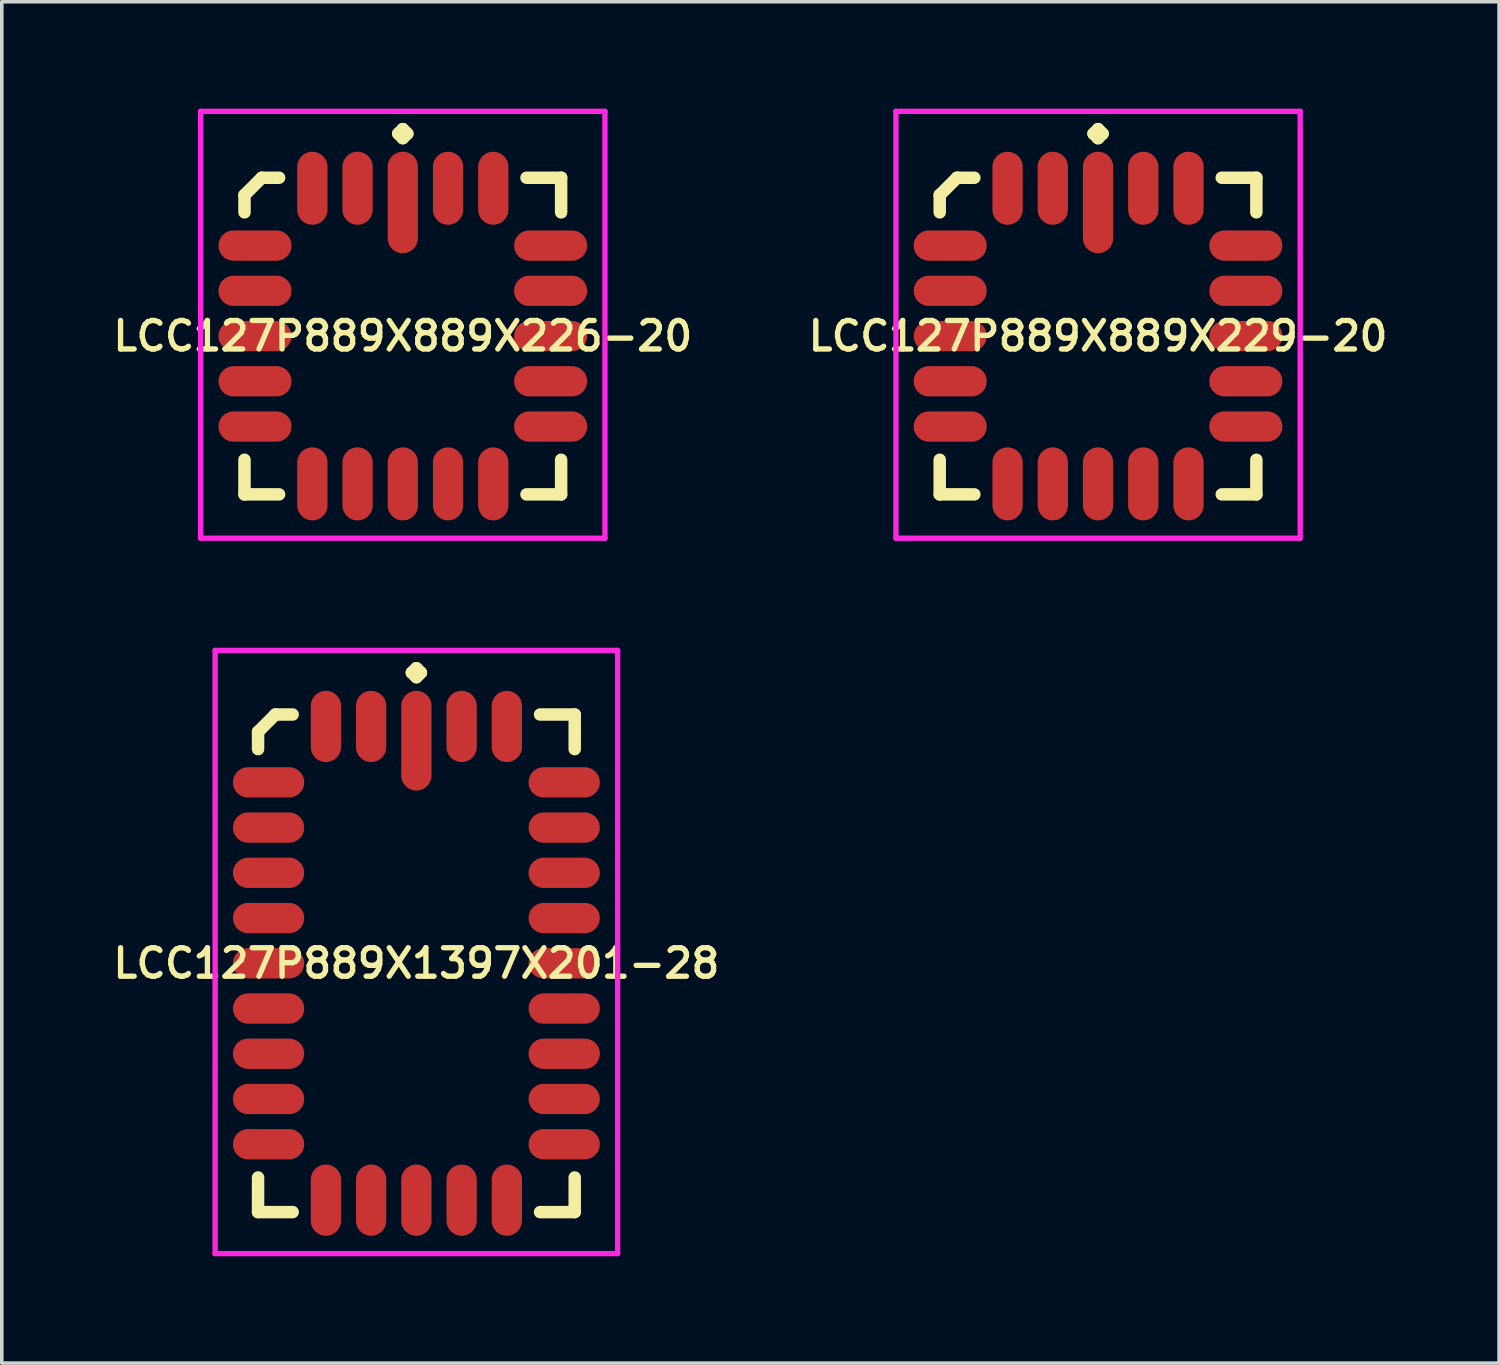
<source format=kicad_pcb>
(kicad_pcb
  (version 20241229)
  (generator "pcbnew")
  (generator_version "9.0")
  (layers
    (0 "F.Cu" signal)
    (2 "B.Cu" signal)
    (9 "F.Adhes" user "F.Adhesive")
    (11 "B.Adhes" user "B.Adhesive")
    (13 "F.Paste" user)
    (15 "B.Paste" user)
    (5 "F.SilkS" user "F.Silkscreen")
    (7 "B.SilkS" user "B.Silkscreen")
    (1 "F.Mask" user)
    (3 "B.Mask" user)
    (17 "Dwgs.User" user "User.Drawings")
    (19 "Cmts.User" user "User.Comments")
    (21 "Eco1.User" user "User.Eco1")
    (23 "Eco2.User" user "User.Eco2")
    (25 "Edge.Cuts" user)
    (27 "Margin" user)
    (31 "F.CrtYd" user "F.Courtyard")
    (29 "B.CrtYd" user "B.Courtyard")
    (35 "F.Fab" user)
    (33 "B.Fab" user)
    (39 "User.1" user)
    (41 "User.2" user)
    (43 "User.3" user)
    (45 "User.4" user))
  (footprint "LCC127P889X889X229-20"
    (layer "F.Cu")
    (at 27.778 6.385)
    (property "Reference" "LCC127P889X889X229-20" (at 0 0 0) (layer "F.SilkS") (effects (font (size 0.8 0.8) (thickness 0.15))))
    (attr smd)
    (fp_line (start -4.445 -3.959) (end -3.959 -4.445) (stroke (width 0.35) (type solid)) (layer "F.SilkS"))
    (fp_line (start -4.445 -3.473) (end -4.445 -3.959) (stroke (width 0.35) (type solid)) (layer "F.SilkS"))
    (fp_line (start -4.445 3.473) (end -4.445 4.445) (stroke (width 0.35) (type solid)) (layer "F.SilkS"))
    (fp_line (start -4.445 4.445) (end -3.473 4.445) (stroke (width 0.35) (type solid)) (layer "F.SilkS"))
    (fp_line (start -3.959 -4.445) (end -3.473 -4.445) (stroke (width 0.35) (type solid)) (layer "F.SilkS"))
    (fp_line (start -0.127 -5.683) (end 0 -5.81) (stroke (width 0.35) (type solid)) (layer "F.SilkS"))
    (fp_line (start 0 -5.81) (end 0.127 -5.683) (stroke (width 0.35) (type solid)) (layer "F.SilkS"))
    (fp_line (start 0 -5.556) (end -0.127 -5.683) (stroke (width 0.35) (type solid)) (layer "F.SilkS"))
    (fp_line (start 0.127 -5.683) (end 0 -5.556) (stroke (width 0.35) (type solid)) (layer "F.SilkS"))
    (fp_line (start 4.445 -4.445) (end 3.473 -4.445) (stroke (width 0.35) (type solid)) (layer "F.SilkS"))
    (fp_line (start 4.445 -3.473) (end 4.445 -4.445) (stroke (width 0.35) (type solid)) (layer "F.SilkS"))
    (fp_line (start 4.445 3.473) (end 4.445 4.445) (stroke (width 0.35) (type solid)) (layer "F.SilkS"))
    (fp_line (start 4.445 4.445) (end 3.473 4.445) (stroke (width 0.35) (type solid)) (layer "F.SilkS"))
    (fp_line (start -5.675 -6.31) (end 5.675 -6.31) (stroke (width 0.15) (type solid)) (layer "F.CrtYd"))
    (fp_line (start -5.675 5.675) (end -5.675 -6.31) (stroke (width 0.15) (type solid)) (layer "F.CrtYd"))
    (fp_line (start 5.675 -6.31) (end 5.675 5.675) (stroke (width 0.15) (type solid)) (layer "F.CrtYd"))
    (fp_line (start 5.675 5.675) (end -5.675 5.675) (stroke (width 0.15) (type solid)) (layer "F.CrtYd"))
    (pad "1" smd oval (at 0 -3.75) (size 0.85 2.85) (layers "F.Cu" "F.Mask" "F.Paste"))
    (pad "2" smd oval (at -1.27 -4.15) (size 0.85 2.05) (layers "F.Cu" "F.Mask" "F.Paste"))
    (pad "3" smd oval (at -2.54 -4.15) (size 0.85 2.05) (layers "F.Cu" "F.Mask" "F.Paste"))
    (pad "4" smd oval (at -4.15 -2.54) (size 2.05 0.85) (layers "F.Cu" "F.Mask" "F.Paste"))
    (pad "5" smd oval (at -4.15 -1.27) (size 2.05 0.85) (layers "F.Cu" "F.Mask" "F.Paste"))
    (pad "6" smd oval (at -4.15 0) (size 2.05 0.85) (layers "F.Cu" "F.Mask" "F.Paste"))
    (pad "7" smd oval (at -4.15 1.27) (size 2.05 0.85) (layers "F.Cu" "F.Mask" "F.Paste"))
    (pad "8" smd oval (at -4.15 2.54) (size 2.05 0.85) (layers "F.Cu" "F.Mask" "F.Paste"))
    (pad "9" smd oval (at -2.54 4.15) (size 0.85 2.05) (layers "F.Cu" "F.Mask" "F.Paste"))
    (pad "10" smd oval (at -1.27 4.15) (size 0.85 2.05) (layers "F.Cu" "F.Mask" "F.Paste"))
    (pad "11" smd oval (at 0 4.15) (size 0.85 2.05) (layers "F.Cu" "F.Mask" "F.Paste"))
    (pad "12" smd oval (at 1.27 4.15) (size 0.85 2.05) (layers "F.Cu" "F.Mask" "F.Paste"))
    (pad "13" smd oval (at 2.54 4.15) (size 0.85 2.05) (layers "F.Cu" "F.Mask" "F.Paste"))
    (pad "14" smd oval (at 4.15 2.54) (size 2.05 0.85) (layers "F.Cu" "F.Mask" "F.Paste"))
    (pad "15" smd oval (at 4.15 1.27) (size 2.05 0.85) (layers "F.Cu" "F.Mask" "F.Paste"))
    (pad "16" smd oval (at 4.15 0) (size 2.05 0.85) (layers "F.Cu" "F.Mask" "F.Paste"))
    (pad "17" smd oval (at 4.15 -1.27) (size 2.05 0.85) (layers "F.Cu" "F.Mask" "F.Paste"))
    (pad "18" smd oval (at 4.15 -2.54) (size 2.05 0.85) (layers "F.Cu" "F.Mask" "F.Paste"))
    (pad "19" smd oval (at 2.54 -4.15) (size 0.85 2.05) (layers "F.Cu" "F.Mask" "F.Paste"))
    (pad "20" smd oval (at 1.27 -4.15) (size 0.85 2.05) (layers "F.Cu" "F.Mask" "F.Paste")))
  (footprint "LCC127P889X889X226-20"
    (layer "F.Cu")
    (at 8.259 6.385)
    (property "Reference" "LCC127P889X889X226-20" (at 0 0 0) (layer "F.SilkS") (effects (font (size 0.8 0.8) (thickness 0.15))))
    (attr smd)
    (fp_line (start -4.445 -3.959) (end -3.959 -4.445) (stroke (width 0.35) (type solid)) (layer "F.SilkS"))
    (fp_line (start -4.445 -3.473) (end -4.445 -3.959) (stroke (width 0.35) (type solid)) (layer "F.SilkS"))
    (fp_line (start -4.445 3.473) (end -4.445 4.445) (stroke (width 0.35) (type solid)) (layer "F.SilkS"))
    (fp_line (start -4.445 4.445) (end -3.473 4.445) (stroke (width 0.35) (type solid)) (layer "F.SilkS"))
    (fp_line (start -3.959 -4.445) (end -3.473 -4.445) (stroke (width 0.35) (type solid)) (layer "F.SilkS"))
    (fp_line (start -0.127 -5.683) (end 0 -5.81) (stroke (width 0.35) (type solid)) (layer "F.SilkS"))
    (fp_line (start 0 -5.81) (end 0.127 -5.683) (stroke (width 0.35) (type solid)) (layer "F.SilkS"))
    (fp_line (start 0 -5.556) (end -0.127 -5.683) (stroke (width 0.35) (type solid)) (layer "F.SilkS"))
    (fp_line (start 0.127 -5.683) (end 0 -5.556) (stroke (width 0.35) (type solid)) (layer "F.SilkS"))
    (fp_line (start 4.445 -4.445) (end 3.473 -4.445) (stroke (width 0.35) (type solid)) (layer "F.SilkS"))
    (fp_line (start 4.445 -3.473) (end 4.445 -4.445) (stroke (width 0.35) (type solid)) (layer "F.SilkS"))
    (fp_line (start 4.445 3.473) (end 4.445 4.445) (stroke (width 0.35) (type solid)) (layer "F.SilkS"))
    (fp_line (start 4.445 4.445) (end 3.473 4.445) (stroke (width 0.35) (type solid)) (layer "F.SilkS"))
    (fp_line (start -5.675 -6.31) (end 5.675 -6.31) (stroke (width 0.15) (type solid)) (layer "F.CrtYd"))
    (fp_line (start -5.675 5.675) (end -5.675 -6.31) (stroke (width 0.15) (type solid)) (layer "F.CrtYd"))
    (fp_line (start 5.675 -6.31) (end 5.675 5.675) (stroke (width 0.15) (type solid)) (layer "F.CrtYd"))
    (fp_line (start 5.675 5.675) (end -5.675 5.675) (stroke (width 0.15) (type solid)) (layer "F.CrtYd"))
    (pad "1" smd oval (at 0 -3.75) (size 0.85 2.85) (layers "F.Cu" "F.Mask" "F.Paste"))
    (pad "2" smd oval (at -1.27 -4.15) (size 0.85 2.05) (layers "F.Cu" "F.Mask" "F.Paste"))
    (pad "3" smd oval (at -2.54 -4.15) (size 0.85 2.05) (layers "F.Cu" "F.Mask" "F.Paste"))
    (pad "4" smd oval (at -4.15 -2.54) (size 2.05 0.85) (layers "F.Cu" "F.Mask" "F.Paste"))
    (pad "5" smd oval (at -4.15 -1.27) (size 2.05 0.85) (layers "F.Cu" "F.Mask" "F.Paste"))
    (pad "6" smd oval (at -4.15 0) (size 2.05 0.85) (layers "F.Cu" "F.Mask" "F.Paste"))
    (pad "7" smd oval (at -4.15 1.27) (size 2.05 0.85) (layers "F.Cu" "F.Mask" "F.Paste"))
    (pad "8" smd oval (at -4.15 2.54) (size 2.05 0.85) (layers "F.Cu" "F.Mask" "F.Paste"))
    (pad "9" smd oval (at -2.54 4.15) (size 0.85 2.05) (layers "F.Cu" "F.Mask" "F.Paste"))
    (pad "10" smd oval (at -1.27 4.15) (size 0.85 2.05) (layers "F.Cu" "F.Mask" "F.Paste"))
    (pad "11" smd oval (at 0 4.15) (size 0.85 2.05) (layers "F.Cu" "F.Mask" "F.Paste"))
    (pad "12" smd oval (at 1.27 4.15) (size 0.85 2.05) (layers "F.Cu" "F.Mask" "F.Paste"))
    (pad "13" smd oval (at 2.54 4.15) (size 0.85 2.05) (layers "F.Cu" "F.Mask" "F.Paste"))
    (pad "14" smd oval (at 4.15 2.54) (size 2.05 0.85) (layers "F.Cu" "F.Mask" "F.Paste"))
    (pad "15" smd oval (at 4.15 1.27) (size 2.05 0.85) (layers "F.Cu" "F.Mask" "F.Paste"))
    (pad "16" smd oval (at 4.15 0) (size 2.05 0.85) (layers "F.Cu" "F.Mask" "F.Paste"))
    (pad "17" smd oval (at 4.15 -1.27) (size 2.05 0.85) (layers "F.Cu" "F.Mask" "F.Paste"))
    (pad "18" smd oval (at 4.15 -2.54) (size 2.05 0.85) (layers "F.Cu" "F.Mask" "F.Paste"))
    (pad "19" smd oval (at 2.54 -4.15) (size 0.85 2.05) (layers "F.Cu" "F.Mask" "F.Paste"))
    (pad "20" smd oval (at 1.27 -4.15) (size 0.85 2.05) (layers "F.Cu" "F.Mask" "F.Paste")))
  (footprint "LCC127P889X1397X201-28"
    (layer "F.Cu")
    (at 8.64 23.995)
    (property "Reference" "LCC127P889X1397X201-28" (at 0 0 0) (layer "F.SilkS") (effects (font (size 0.8 0.8) (thickness 0.15))))
    (attr smd)
    (fp_line (start -4.445 -6.499) (end -3.959 -6.985) (stroke (width 0.35) (type solid)) (layer "F.SilkS"))
    (fp_line (start -4.445 -6.013) (end -4.445 -6.499) (stroke (width 0.35) (type solid)) (layer "F.SilkS"))
    (fp_line (start -4.445 6.013) (end -4.445 6.985) (stroke (width 0.35) (type solid)) (layer "F.SilkS"))
    (fp_line (start -4.445 6.985) (end -3.473 6.985) (stroke (width 0.35) (type solid)) (layer "F.SilkS"))
    (fp_line (start -3.959 -6.985) (end -3.473 -6.985) (stroke (width 0.35) (type solid)) (layer "F.SilkS"))
    (fp_line (start -0.127 -8.158) (end 0 -8.285) (stroke (width 0.35) (type solid)) (layer "F.SilkS"))
    (fp_line (start 0 -8.285) (end 0.127 -8.158) (stroke (width 0.35) (type solid)) (layer "F.SilkS"))
    (fp_line (start 0 -8.031) (end -0.127 -8.158) (stroke (width 0.35) (type solid)) (layer "F.SilkS"))
    (fp_line (start 0.127 -8.158) (end 0 -8.031) (stroke (width 0.35) (type solid)) (layer "F.SilkS"))
    (fp_line (start 4.445 -6.985) (end 3.473 -6.985) (stroke (width 0.35) (type solid)) (layer "F.SilkS"))
    (fp_line (start 4.445 -6.013) (end 4.445 -6.985) (stroke (width 0.35) (type solid)) (layer "F.SilkS"))
    (fp_line (start 4.445 6.013) (end 4.445 6.985) (stroke (width 0.35) (type solid)) (layer "F.SilkS"))
    (fp_line (start 4.445 6.985) (end 3.473 6.985) (stroke (width 0.35) (type solid)) (layer "F.SilkS"))
    (fp_line (start -5.65 -8.785) (end 5.65 -8.785) (stroke (width 0.15) (type solid)) (layer "F.CrtYd"))
    (fp_line (start -5.65 8.15) (end -5.65 -8.785) (stroke (width 0.15) (type solid)) (layer "F.CrtYd"))
    (fp_line (start 5.65 -8.785) (end 5.65 8.15) (stroke (width 0.15) (type solid)) (layer "F.CrtYd"))
    (fp_line (start 5.65 8.15) (end -5.65 8.15) (stroke (width 0.15) (type solid)) (layer "F.CrtYd"))
    (pad "1" smd oval (at 0 -6.25) (size 0.85 2.8) (layers "F.Cu" "F.Mask" "F.Paste"))
    (pad "2" smd oval (at -1.27 -6.65) (size 0.85 2) (layers "F.Cu" "F.Mask" "F.Paste"))
    (pad "3" smd oval (at -2.54 -6.65) (size 0.85 2) (layers "F.Cu" "F.Mask" "F.Paste"))
    (pad "4" smd oval (at -4.15 -5.08) (size 2 0.85) (layers "F.Cu" "F.Mask" "F.Paste"))
    (pad "5" smd oval (at -4.15 -3.81) (size 2 0.85) (layers "F.Cu" "F.Mask" "F.Paste"))
    (pad "6" smd oval (at -4.15 -2.54) (size 2 0.85) (layers "F.Cu" "F.Mask" "F.Paste"))
    (pad "7" smd oval (at -4.15 -1.27) (size 2 0.85) (layers "F.Cu" "F.Mask" "F.Paste"))
    (pad "8" smd oval (at -4.15 0) (size 2 0.85) (layers "F.Cu" "F.Mask" "F.Paste"))
    (pad "9" smd oval (at -4.15 1.27) (size 2 0.85) (layers "F.Cu" "F.Mask" "F.Paste"))
    (pad "10" smd oval (at -4.15 2.54) (size 2 0.85) (layers "F.Cu" "F.Mask" "F.Paste"))
    (pad "11" smd oval (at -4.15 3.81) (size 2 0.85) (layers "F.Cu" "F.Mask" "F.Paste"))
    (pad "12" smd oval (at -4.15 5.08) (size 2 0.85) (layers "F.Cu" "F.Mask" "F.Paste"))
    (pad "13" smd oval (at -2.54 6.65) (size 0.85 2) (layers "F.Cu" "F.Mask" "F.Paste"))
    (pad "14" smd oval (at -1.27 6.65) (size 0.85 2) (layers "F.Cu" "F.Mask" "F.Paste"))
    (pad "15" smd oval (at 0 6.65) (size 0.85 2) (layers "F.Cu" "F.Mask" "F.Paste"))
    (pad "16" smd oval (at 1.27 6.65) (size 0.85 2) (layers "F.Cu" "F.Mask" "F.Paste"))
    (pad "17" smd oval (at 2.54 6.65) (size 0.85 2) (layers "F.Cu" "F.Mask" "F.Paste"))
    (pad "18" smd oval (at 4.15 5.08) (size 2 0.85) (layers "F.Cu" "F.Mask" "F.Paste"))
    (pad "19" smd oval (at 4.15 3.81) (size 2 0.85) (layers "F.Cu" "F.Mask" "F.Paste"))
    (pad "20" smd oval (at 4.15 2.54) (size 2 0.85) (layers "F.Cu" "F.Mask" "F.Paste"))
    (pad "21" smd oval (at 4.15 1.27) (size 2 0.85) (layers "F.Cu" "F.Mask" "F.Paste"))
    (pad "22" smd oval (at 4.15 0) (size 2 0.85) (layers "F.Cu" "F.Mask" "F.Paste"))
    (pad "23" smd oval (at 4.15 -1.27) (size 2 0.85) (layers "F.Cu" "F.Mask" "F.Paste"))
    (pad "24" smd oval (at 4.15 -2.54) (size 2 0.85) (layers "F.Cu" "F.Mask" "F.Paste"))
    (pad "25" smd oval (at 4.15 -3.81) (size 2 0.85) (layers "F.Cu" "F.Mask" "F.Paste"))
    (pad "26" smd oval (at 4.15 -5.08) (size 2 0.85) (layers "F.Cu" "F.Mask" "F.Paste"))
    (pad "27" smd oval (at 2.54 -6.65) (size 0.85 2) (layers "F.Cu" "F.Mask" "F.Paste"))
    (pad "28" smd oval (at 1.27 -6.65) (size 0.85 2) (layers "F.Cu" "F.Mask" "F.Paste")))
  (gr_rect
    (start -3 -3)
    (end 39.037 35.22)
    (stroke (width 0.1) (type default))
    (fill no)
    (layer "Edge.Cuts")))
</source>
